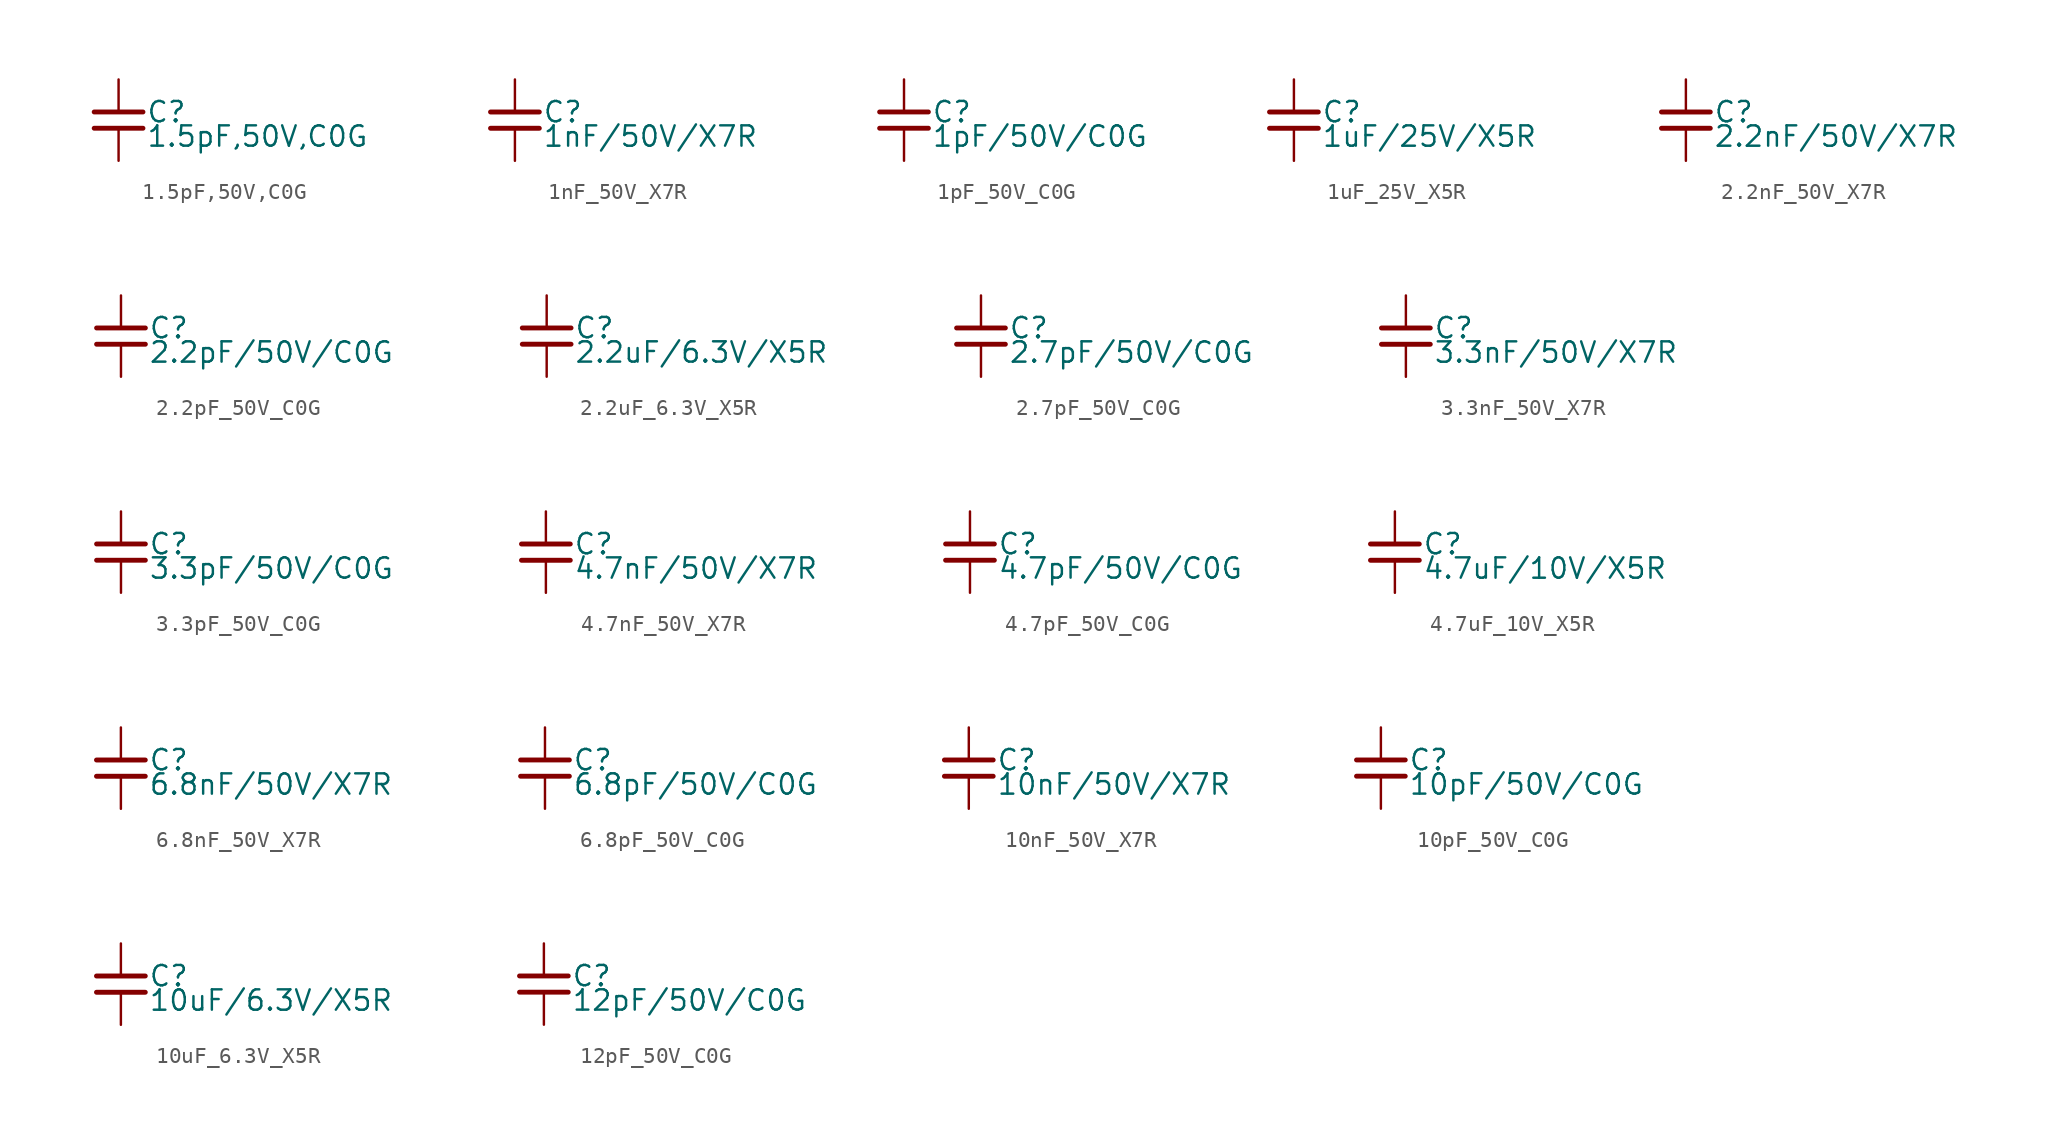
<source format=kicad_sym>
(kicad_symbol_lib
  (version 20211014)
  (generator kicad_symbol_editor)
  (symbol "1.5pF,50V,C0G "
    (property "Reference" "C"
      (at 1.71 0.508 0)
      (effects (font (size 1.27 1.27)) (justify left)))
    (property "Value" "1.5pF,50V,C0G "
      (at 1.71 -1.016 0)
      (effects (font (size 1.27 1.27)) (justify left)))
    (symbol "1.5pF,50V,C0G _0_0"
      (polyline (pts (xy -1.524 -0.508) (xy 1.524 -0.508)) (stroke (width 0.305) (type default) (color 0 0 0 0)) (fill (type none)))
      (polyline (pts (xy -1.524 0.508) (xy 1.524 0.508)) (stroke (width 0.305) (type default) (color 0 0 0 0)) (fill (type none)))
      (pin passive line (at 0 2.54 270) (length 2.032) (name "~" (effects (font (size 0 0)))) (number "1" (effects (font (size 0 0)))))
      (pin passive line (at 0 -2.54 90) (length 2.032) (name "~" (effects (font (size 0 0)))) (number "2" (effects (font (size 0 0)))))))
  (symbol "1nF_50V_X7R "
    (property "Reference" "C"
      (at 1.71 0.508 0)
      (effects (font (size 1.27 1.27)) (justify left)))
    (property "Value" "1nF/50V/X7R "
      (at 1.71 -1.016 0)
      (effects (font (size 1.27 1.27)) (justify left)))
    (property "ki_locked" ""
      (at 0 0 0)
      (effects (font (size 1.27 1.27))))
    (symbol "1nF_50V_X7R _0_0"
      (polyline (pts (xy -1.524 -0.508) (xy 1.524 -0.508)) (stroke (width 0.305) (type default) (color 0 0 0 0)) (fill (type none)))
      (polyline (pts (xy -1.524 0.508) (xy 1.524 0.508)) (stroke (width 0.305) (type default) (color 0 0 0 0)) (fill (type none)))
      (pin passive line (at 0 2.54 270) (length 2.032) (name "~" (effects (font (size 0 0)))) (number "1" (effects (font (size 0 0)))))
      (pin passive line (at 0 -2.54 90) (length 2.032) (name "~" (effects (font (size 0 0)))) (number "2" (effects (font (size 0 0)))))))
  (symbol "1pF_50V_C0G "
    (property "Reference" "C"
      (at 1.71 0.508 0)
      (effects (font (size 1.27 1.27)) (justify left)))
    (property "Value" "1pF/50V/C0G "
      (at 1.71 -1.016 0)
      (effects (font (size 1.27 1.27)) (justify left)))
    (property "ki_locked" ""
      (at 0 0 0)
      (effects (font (size 1.27 1.27))))
    (symbol "1pF_50V_C0G _0_0"
      (polyline (pts (xy -1.524 -0.508) (xy 1.524 -0.508)) (stroke (width 0.305) (type default) (color 0 0 0 0)) (fill (type none)))
      (polyline (pts (xy -1.524 0.508) (xy 1.524 0.508)) (stroke (width 0.305) (type default) (color 0 0 0 0)) (fill (type none)))
      (pin passive line (at 0 2.54 270) (length 2.032) (name "~" (effects (font (size 0 0)))) (number "1" (effects (font (size 0 0)))))
      (pin passive line (at 0 -2.54 90) (length 2.032) (name "~" (effects (font (size 0 0)))) (number "2" (effects (font (size 0 0)))))))
  (symbol "1uF_25V_X5R "
    (property "Reference" "C"
      (at 1.71 0.508 0)
      (effects (font (size 1.27 1.27)) (justify left)))
    (property "Value" "1uF/25V/X5R "
      (at 1.71 -1.016 0)
      (effects (font (size 1.27 1.27)) (justify left)))
    (property "ki_locked" ""
      (at 0 0 0)
      (effects (font (size 1.27 1.27))))
    (symbol "1uF_25V_X5R _0_0"
      (polyline (pts (xy -1.524 -0.508) (xy 1.524 -0.508)) (stroke (width 0.305) (type default) (color 0 0 0 0)) (fill (type none)))
      (polyline (pts (xy -1.524 0.508) (xy 1.524 0.508)) (stroke (width 0.305) (type default) (color 0 0 0 0)) (fill (type none)))
      (pin passive line (at 0 2.54 270) (length 2.032) (name "~" (effects (font (size 0 0)))) (number "1" (effects (font (size 0 0)))))
      (pin passive line (at 0 -2.54 90) (length 2.032) (name "~" (effects (font (size 0 0)))) (number "2" (effects (font (size 0 0)))))))
  (symbol "2.2nF_50V_X7R "
    (property "Reference" "C"
      (at 1.71 0.508 0)
      (effects (font (size 1.27 1.27)) (justify left)))
    (property "Value" "2.2nF/50V/X7R "
      (at 1.71 -1.016 0)
      (effects (font (size 1.27 1.27)) (justify left)))
    (property "ki_locked" ""
      (at 0 0 0)
      (effects (font (size 1.27 1.27))))
    (symbol "2.2nF_50V_X7R _0_0"
      (polyline (pts (xy -1.524 -0.508) (xy 1.524 -0.508)) (stroke (width 0.305) (type default) (color 0 0 0 0)) (fill (type none)))
      (polyline (pts (xy -1.524 0.508) (xy 1.524 0.508)) (stroke (width 0.305) (type default) (color 0 0 0 0)) (fill (type none)))
      (pin passive line (at 0 2.54 270) (length 2.032) (name "~" (effects (font (size 0 0)))) (number "1" (effects (font (size 0 0)))))
      (pin passive line (at 0 -2.54 90) (length 2.032) (name "~" (effects (font (size 0 0)))) (number "2" (effects (font (size 0 0)))))))
  (symbol "2.2pF_50V_C0G "
    (property "Reference" "C"
      (at 1.71 0.508 0)
      (effects (font (size 1.27 1.27)) (justify left)))
    (property "Value" "2.2pF/50V/C0G "
      (at 1.71 -1.016 0)
      (effects (font (size 1.27 1.27)) (justify left)))
    (property "ki_locked" ""
      (at 0 0 0)
      (effects (font (size 1.27 1.27))))
    (symbol "2.2pF_50V_C0G _0_0"
      (polyline (pts (xy -1.524 -0.508) (xy 1.524 -0.508)) (stroke (width 0.305) (type default) (color 0 0 0 0)) (fill (type none)))
      (polyline (pts (xy -1.524 0.508) (xy 1.524 0.508)) (stroke (width 0.305) (type default) (color 0 0 0 0)) (fill (type none)))
      (pin passive line (at 0 2.54 270) (length 2.032) (name "~" (effects (font (size 0 0)))) (number "1" (effects (font (size 0 0)))))
      (pin passive line (at 0 -2.54 90) (length 2.032) (name "~" (effects (font (size 0 0)))) (number "2" (effects (font (size 0 0)))))))
  (symbol "2.2uF_6.3V_X5R "
    (property "Reference" "C"
      (at 1.71 0.508 0)
      (effects (font (size 1.27 1.27)) (justify left)))
    (property "Value" "2.2uF/6.3V/X5R "
      (at 1.71 -1.016 0)
      (effects (font (size 1.27 1.27)) (justify left)))
    (property "ki_locked" ""
      (at 0 0 0)
      (effects (font (size 1.27 1.27))))
    (symbol "2.2uF_6.3V_X5R _0_0"
      (polyline (pts (xy -1.524 -0.508) (xy 1.524 -0.508)) (stroke (width 0.305) (type default) (color 0 0 0 0)) (fill (type none)))
      (polyline (pts (xy -1.524 0.508) (xy 1.524 0.508)) (stroke (width 0.305) (type default) (color 0 0 0 0)) (fill (type none)))
      (pin passive line (at 0 2.54 270) (length 2.032) (name "~" (effects (font (size 0 0)))) (number "1" (effects (font (size 0 0)))))
      (pin passive line (at 0 -2.54 90) (length 2.032) (name "~" (effects (font (size 0 0)))) (number "2" (effects (font (size 0 0)))))))
  (symbol "2.7pF_50V_C0G "
    (property "Reference" "C"
      (at 1.71 0.508 0)
      (effects (font (size 1.27 1.27)) (justify left)))
    (property "Value" "2.7pF/50V/C0G "
      (at 1.71 -1.016 0)
      (effects (font (size 1.27 1.27)) (justify left)))
    (property "ki_locked" ""
      (at 0 0 0)
      (effects (font (size 1.27 1.27))))
    (symbol "2.7pF_50V_C0G _0_0"
      (polyline (pts (xy -1.524 -0.508) (xy 1.524 -0.508)) (stroke (width 0.305) (type default) (color 0 0 0 0)) (fill (type none)))
      (polyline (pts (xy -1.524 0.508) (xy 1.524 0.508)) (stroke (width 0.305) (type default) (color 0 0 0 0)) (fill (type none)))
      (pin passive line (at 0 2.54 270) (length 2.032) (name "~" (effects (font (size 0 0)))) (number "1" (effects (font (size 0 0)))))
      (pin passive line (at 0 -2.54 90) (length 2.032) (name "~" (effects (font (size 0 0)))) (number "2" (effects (font (size 0 0)))))))
  (symbol "3.3nF_50V_X7R "
    (property "Reference" "C"
      (at 1.71 0.508 0)
      (effects (font (size 1.27 1.27)) (justify left)))
    (property "Value" "3.3nF/50V/X7R "
      (at 1.71 -1.016 0)
      (effects (font (size 1.27 1.27)) (justify left)))
    (property "ki_locked" ""
      (at 0 0 0)
      (effects (font (size 1.27 1.27))))
    (symbol "3.3nF_50V_X7R _0_0"
      (polyline (pts (xy -1.524 -0.508) (xy 1.524 -0.508)) (stroke (width 0.305) (type default) (color 0 0 0 0)) (fill (type none)))
      (polyline (pts (xy -1.524 0.508) (xy 1.524 0.508)) (stroke (width 0.305) (type default) (color 0 0 0 0)) (fill (type none)))
      (pin passive line (at 0 2.54 270) (length 2.032) (name "~" (effects (font (size 0 0)))) (number "1" (effects (font (size 0 0)))))
      (pin passive line (at 0 -2.54 90) (length 2.032) (name "~" (effects (font (size 0 0)))) (number "2" (effects (font (size 0 0)))))))
  (symbol "3.3pF_50V_C0G "
    (property "Reference" "C"
      (at 1.71 0.508 0)
      (effects (font (size 1.27 1.27)) (justify left)))
    (property "Value" "3.3pF/50V/C0G "
      (at 1.71 -1.016 0)
      (effects (font (size 1.27 1.27)) (justify left)))
    (property "ki_locked" ""
      (at 0 0 0)
      (effects (font (size 1.27 1.27))))
    (symbol "3.3pF_50V_C0G _0_0"
      (polyline (pts (xy -1.524 -0.508) (xy 1.524 -0.508)) (stroke (width 0.305) (type default) (color 0 0 0 0)) (fill (type none)))
      (polyline (pts (xy -1.524 0.508) (xy 1.524 0.508)) (stroke (width 0.305) (type default) (color 0 0 0 0)) (fill (type none)))
      (pin passive line (at 0 2.54 270) (length 2.032) (name "~" (effects (font (size 0 0)))) (number "1" (effects (font (size 0 0)))))
      (pin passive line (at 0 -2.54 90) (length 2.032) (name "~" (effects (font (size 0 0)))) (number "2" (effects (font (size 0 0)))))))
  (symbol "4.7nF_50V_X7R "
    (property "Reference" "C"
      (at 1.71 0.508 0)
      (effects (font (size 1.27 1.27)) (justify left)))
    (property "Value" "4.7nF/50V/X7R "
      (at 1.71 -1.016 0)
      (effects (font (size 1.27 1.27)) (justify left)))
    (property "ki_locked" ""
      (at 0 0 0)
      (effects (font (size 1.27 1.27))))
    (symbol "4.7nF_50V_X7R _0_0"
      (polyline (pts (xy -1.524 -0.508) (xy 1.524 -0.508)) (stroke (width 0.305) (type default) (color 0 0 0 0)) (fill (type none)))
      (polyline (pts (xy -1.524 0.508) (xy 1.524 0.508)) (stroke (width 0.305) (type default) (color 0 0 0 0)) (fill (type none)))
      (pin passive line (at 0 2.54 270) (length 2.032) (name "~" (effects (font (size 0 0)))) (number "1" (effects (font (size 0 0)))))
      (pin passive line (at 0 -2.54 90) (length 2.032) (name "~" (effects (font (size 0 0)))) (number "2" (effects (font (size 0 0)))))))
  (symbol "4.7pF_50V_C0G "
    (property "Reference" "C"
      (at 1.71 0.508 0)
      (effects (font (size 1.27 1.27)) (justify left)))
    (property "Value" "4.7pF/50V/C0G "
      (at 1.71 -1.016 0)
      (effects (font (size 1.27 1.27)) (justify left)))
    (property "ki_locked" ""
      (at 0 0 0)
      (effects (font (size 1.27 1.27))))
    (symbol "4.7pF_50V_C0G _0_0"
      (polyline (pts (xy -1.524 -0.508) (xy 1.524 -0.508)) (stroke (width 0.305) (type default) (color 0 0 0 0)) (fill (type none)))
      (polyline (pts (xy -1.524 0.508) (xy 1.524 0.508)) (stroke (width 0.305) (type default) (color 0 0 0 0)) (fill (type none)))
      (pin passive line (at 0 2.54 270) (length 2.032) (name "~" (effects (font (size 0 0)))) (number "1" (effects (font (size 0 0)))))
      (pin passive line (at 0 -2.54 90) (length 2.032) (name "~" (effects (font (size 0 0)))) (number "2" (effects (font (size 0 0)))))))
  (symbol "4.7uF_10V_X5R "
    (property "Reference" "C"
      (at 1.71 0.508 0)
      (effects (font (size 1.27 1.27)) (justify left)))
    (property "Value" "4.7uF/10V/X5R "
      (at 1.71 -1.016 0)
      (effects (font (size 1.27 1.27)) (justify left)))
    (property "ki_locked" ""
      (at 0 0 0)
      (effects (font (size 1.27 1.27))))
    (symbol "4.7uF_10V_X5R _0_0"
      (polyline (pts (xy -1.524 -0.508) (xy 1.524 -0.508)) (stroke (width 0.305) (type default) (color 0 0 0 0)) (fill (type none)))
      (polyline (pts (xy -1.524 0.508) (xy 1.524 0.508)) (stroke (width 0.305) (type default) (color 0 0 0 0)) (fill (type none)))
      (pin passive line (at 0 2.54 270) (length 2.032) (name "~" (effects (font (size 0 0)))) (number "1" (effects (font (size 0 0)))))
      (pin passive line (at 0 -2.54 90) (length 2.032) (name "~" (effects (font (size 0 0)))) (number "2" (effects (font (size 0 0)))))))
  (symbol "6.8nF_50V_X7R "
    (property "Reference" "C"
      (at 1.71 0.508 0)
      (effects (font (size 1.27 1.27)) (justify left)))
    (property "Value" "6.8nF/50V/X7R "
      (at 1.71 -1.016 0)
      (effects (font (size 1.27 1.27)) (justify left)))
    (property "ki_locked" ""
      (at 0 0 0)
      (effects (font (size 1.27 1.27))))
    (symbol "6.8nF_50V_X7R _0_0"
      (polyline (pts (xy -1.524 -0.508) (xy 1.524 -0.508)) (stroke (width 0.305) (type default) (color 0 0 0 0)) (fill (type none)))
      (polyline (pts (xy -1.524 0.508) (xy 1.524 0.508)) (stroke (width 0.305) (type default) (color 0 0 0 0)) (fill (type none)))
      (pin passive line (at 0 2.54 270) (length 2.032) (name "~" (effects (font (size 0 0)))) (number "1" (effects (font (size 0 0)))))
      (pin passive line (at 0 -2.54 90) (length 2.032) (name "~" (effects (font (size 0 0)))) (number "2" (effects (font (size 0 0)))))))
  (symbol "6.8pF_50V_C0G "
    (property "Reference" "C"
      (at 1.71 0.508 0)
      (effects (font (size 1.27 1.27)) (justify left)))
    (property "Value" "6.8pF/50V/C0G "
      (at 1.71 -1.016 0)
      (effects (font (size 1.27 1.27)) (justify left)))
    (property "ki_locked" ""
      (at 0 0 0)
      (effects (font (size 1.27 1.27))))
    (symbol "6.8pF_50V_C0G _0_0"
      (polyline (pts (xy -1.524 -0.508) (xy 1.524 -0.508)) (stroke (width 0.305) (type default) (color 0 0 0 0)) (fill (type none)))
      (polyline (pts (xy -1.524 0.508) (xy 1.524 0.508)) (stroke (width 0.305) (type default) (color 0 0 0 0)) (fill (type none)))
      (pin passive line (at 0 2.54 270) (length 2.032) (name "~" (effects (font (size 0 0)))) (number "1" (effects (font (size 0 0)))))
      (pin passive line (at 0 -2.54 90) (length 2.032) (name "~" (effects (font (size 0 0)))) (number "2" (effects (font (size 0 0)))))))
  (symbol "10nF_50V_X7R "
    (property "Reference" "C"
      (at 1.71 0.508 0)
      (effects (font (size 1.27 1.27)) (justify left)))
    (property "Value" "10nF/50V/X7R "
      (at 1.71 -1.016 0)
      (effects (font (size 1.27 1.27)) (justify left)))
    (property "ki_locked" ""
      (at 0 0 0)
      (effects (font (size 1.27 1.27))))
    (symbol "10nF_50V_X7R _0_0"
      (polyline (pts (xy -1.524 -0.508) (xy 1.524 -0.508)) (stroke (width 0.305) (type default) (color 0 0 0 0)) (fill (type none)))
      (polyline (pts (xy -1.524 0.508) (xy 1.524 0.508)) (stroke (width 0.305) (type default) (color 0 0 0 0)) (fill (type none)))
      (pin passive line (at 0 2.54 270) (length 2.032) (name "~" (effects (font (size 0 0)))) (number "1" (effects (font (size 0 0)))))
      (pin passive line (at 0 -2.54 90) (length 2.032) (name "~" (effects (font (size 0 0)))) (number "2" (effects (font (size 0 0)))))))
  (symbol "10pF_50V_C0G "
    (property "Reference" "C"
      (at 1.71 0.508 0)
      (effects (font (size 1.27 1.27)) (justify left)))
    (property "Value" "10pF/50V/C0G "
      (at 1.71 -1.016 0)
      (effects (font (size 1.27 1.27)) (justify left)))
    (property "ki_locked" ""
      (at 0 0 0)
      (effects (font (size 1.27 1.27))))
    (symbol "10pF_50V_C0G _0_0"
      (polyline (pts (xy -1.524 -0.508) (xy 1.524 -0.508)) (stroke (width 0.305) (type default) (color 0 0 0 0)) (fill (type none)))
      (polyline (pts (xy -1.524 0.508) (xy 1.524 0.508)) (stroke (width 0.305) (type default) (color 0 0 0 0)) (fill (type none)))
      (pin passive line (at 0 2.54 270) (length 2.032) (name "~" (effects (font (size 0 0)))) (number "1" (effects (font (size 0 0)))))
      (pin passive line (at 0 -2.54 90) (length 2.032) (name "~" (effects (font (size 0 0)))) (number "2" (effects (font (size 0 0)))))))
  (symbol "10uF_6.3V_X5R "
    (property "Reference" "C"
      (at 1.71 0.508 0)
      (effects (font (size 1.27 1.27)) (justify left)))
    (property "Value" "10uF/6.3V/X5R "
      (at 1.71 -1.016 0)
      (effects (font (size 1.27 1.27)) (justify left)))
    (property "ki_locked" ""
      (at 0 0 0)
      (effects (font (size 1.27 1.27))))
    (symbol "10uF_6.3V_X5R _0_0"
      (polyline (pts (xy -1.524 -0.508) (xy 1.524 -0.508)) (stroke (width 0.305) (type default) (color 0 0 0 0)) (fill (type none)))
      (polyline (pts (xy -1.524 0.508) (xy 1.524 0.508)) (stroke (width 0.305) (type default) (color 0 0 0 0)) (fill (type none)))
      (pin passive line (at 0 2.54 270) (length 2.032) (name "~" (effects (font (size 0 0)))) (number "1" (effects (font (size 0 0)))))
      (pin passive line (at 0 -2.54 90) (length 2.032) (name "~" (effects (font (size 0 0)))) (number "2" (effects (font (size 0 0)))))))
  (symbol "12pF_50V_C0G "
    (property "Reference" "C"
      (at 1.71 0.508 0)
      (effects (font (size 1.27 1.27)) (justify left)))
    (property "Value" "12pF/50V/C0G "
      (at 1.71 -1.016 0)
      (effects (font (size 1.27 1.27)) (justify left)))
    (property "ki_locked" ""
      (at 0 0 0)
      (effects (font (size 1.27 1.27))))
    (symbol "12pF_50V_C0G _0_0"
      (polyline (pts (xy -1.524 -0.508) (xy 1.524 -0.508)) (stroke (width 0.305) (type default) (color 0 0 0 0)) (fill (type none)))
      (polyline (pts (xy -1.524 0.508) (xy 1.524 0.508)) (stroke (width 0.305) (type default) (color 0 0 0 0)) (fill (type none)))
      (pin passive line (at 0 2.54 270) (length 2.032) (name "~" (effects (font (size 0 0)))) (number "1" (effects (font (size 0 0)))))
      (pin passive line (at 0 -2.54 90) (length 2.032) (name "~" (effects (font (size 0 0)))) (number "2" (effects (font (size 0 0))))))))
</source>
